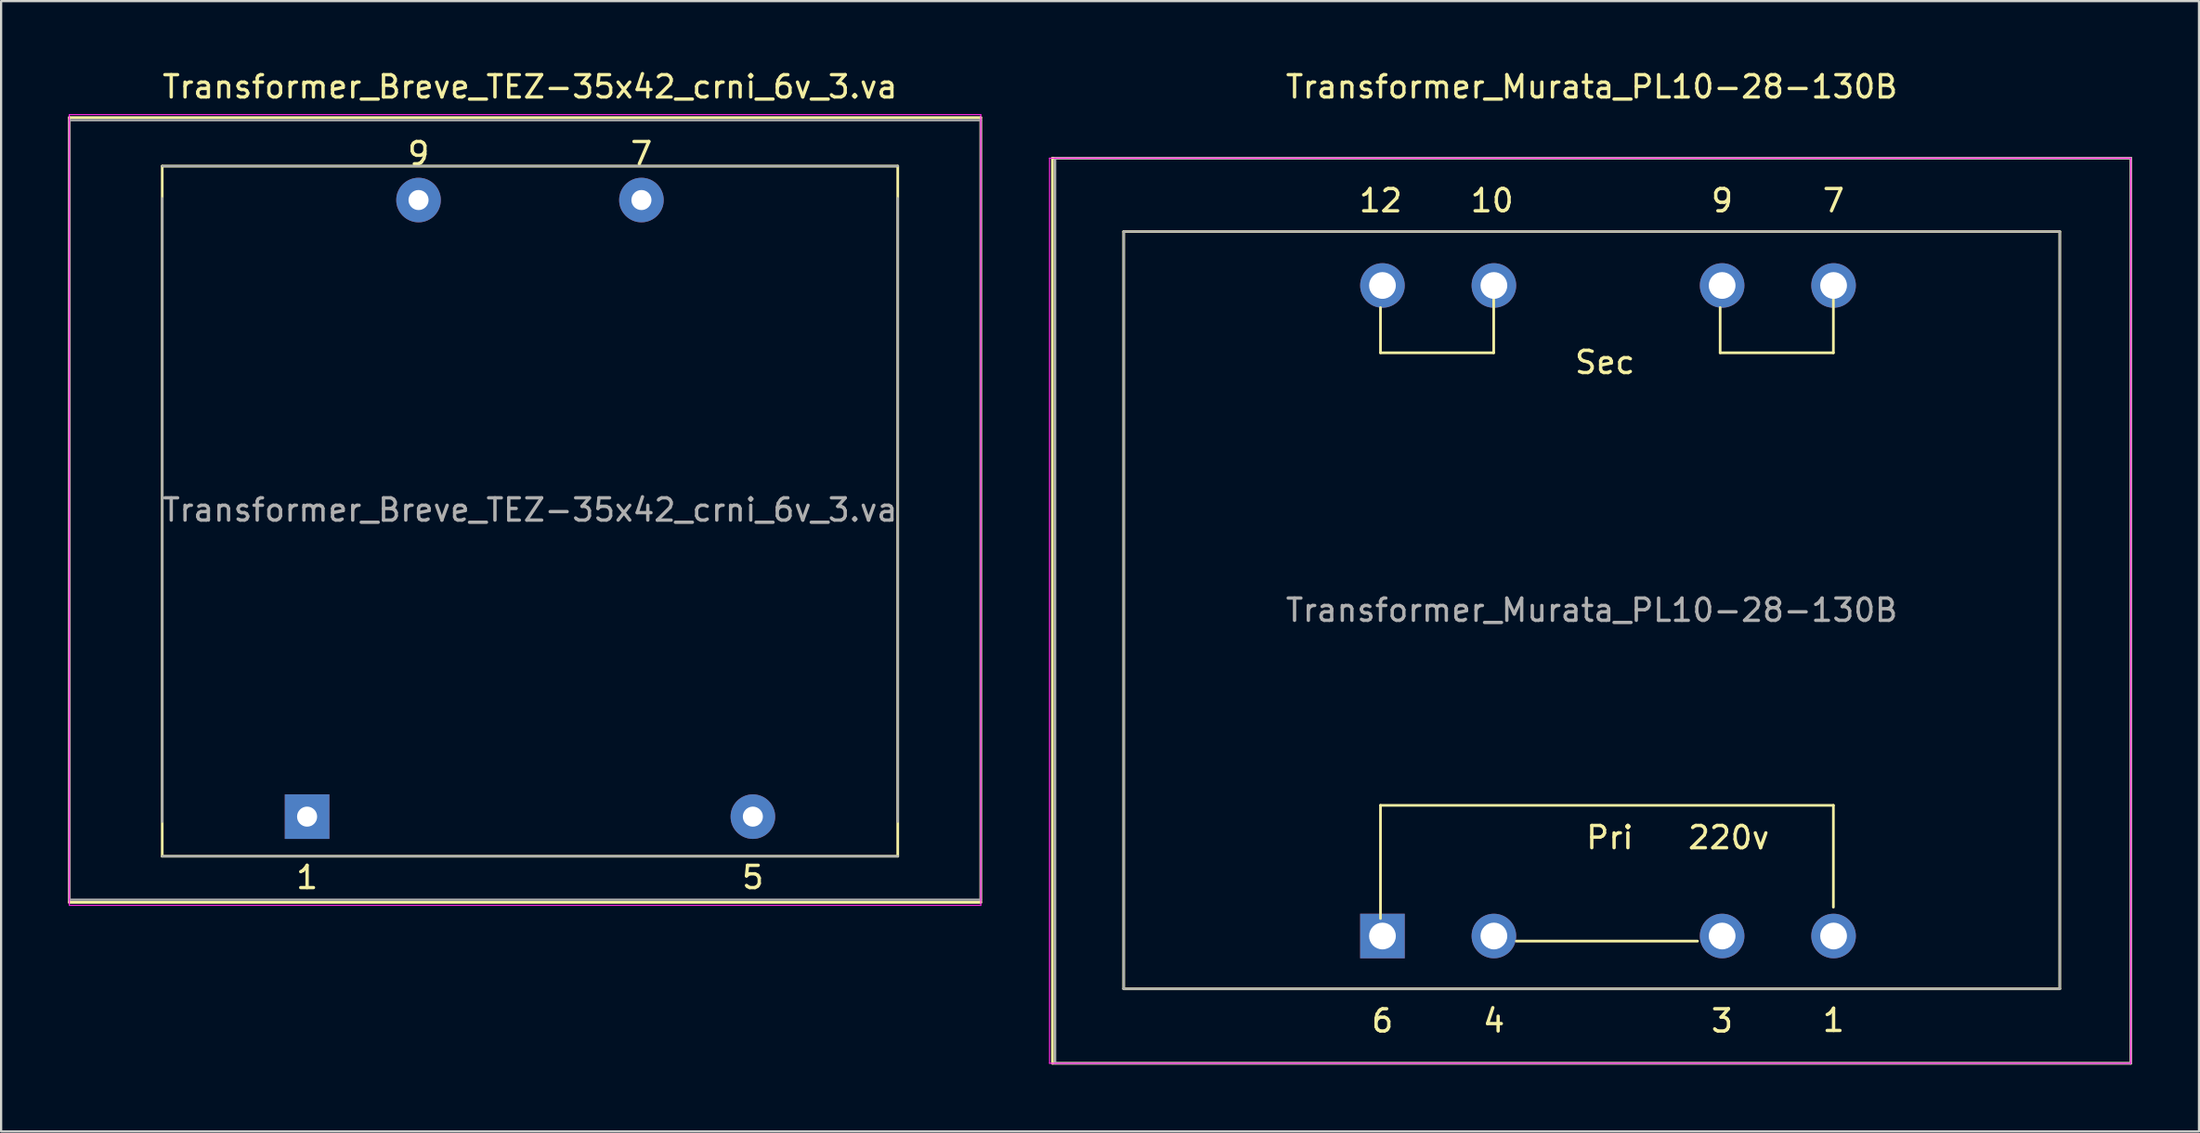
<source format=kicad_pcb>
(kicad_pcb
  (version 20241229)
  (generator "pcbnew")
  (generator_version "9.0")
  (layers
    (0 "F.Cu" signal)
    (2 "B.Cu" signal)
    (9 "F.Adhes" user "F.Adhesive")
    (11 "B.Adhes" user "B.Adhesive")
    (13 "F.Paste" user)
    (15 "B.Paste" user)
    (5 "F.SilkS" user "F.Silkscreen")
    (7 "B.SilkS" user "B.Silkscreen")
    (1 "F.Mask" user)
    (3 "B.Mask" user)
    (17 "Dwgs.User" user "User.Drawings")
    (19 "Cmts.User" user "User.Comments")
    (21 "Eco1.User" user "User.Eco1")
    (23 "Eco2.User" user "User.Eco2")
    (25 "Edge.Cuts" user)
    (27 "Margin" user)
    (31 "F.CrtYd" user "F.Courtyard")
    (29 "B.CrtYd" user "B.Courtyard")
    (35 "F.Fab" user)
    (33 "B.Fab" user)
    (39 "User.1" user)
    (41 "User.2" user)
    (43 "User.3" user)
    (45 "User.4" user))
  (footprint "Transformer_Murata_PL10-28-130B"
    (layer "F.Cu")
    (at 69.046 22.951)
    (property "Reference" "Transformer_Murata_PL10-28-130B" (at -0.682 -22.103 0) (layer "F.SilkS") (effects (font (size 1 1) (thickness 0.15))))
    (attr through_hole)
    (fp_line (start -24.877 -18.898) (end -24.877 21.742) (stroke (width 0.12) (type solid)) (layer "F.SilkS"))
    (fp_line (start -24.877 -18.898) (end 23.503 -18.898) (stroke (width 0.12) (type solid)) (layer "F.SilkS"))
    (fp_line (start -21.682 -15.603) (end 20.318 -15.603) (stroke (width 0.12) (type solid)) (layer "F.SilkS"))
    (fp_line (start -21.682 18.397) (end -21.682 -15.603) (stroke (width 0.12) (type solid)) (layer "F.SilkS"))
    (fp_line (start -10.16 -12.192) (end -10.16 -10.16) (stroke (width 0.12) (type default)) (layer "F.SilkS"))
    (fp_line (start -10.16 -10.16) (end -5.08 -10.16) (stroke (width 0.12) (type default)) (layer "F.SilkS"))
    (fp_line (start -10.16 10.16) (end 10.16 10.16) (stroke (width 0.12) (type default)) (layer "F.SilkS"))
    (fp_line (start -10.16 15.24) (end -10.16 10.16) (stroke (width 0.12) (type default)) (layer "F.SilkS"))
    (fp_line (start -5.08 -10.16) (end -5.08 -12.7) (stroke (width 0.12) (type default)) (layer "F.SilkS"))
    (fp_line (start -4.064 16.256) (end 4.064 16.256) (stroke (width 0.12) (type default)) (layer "F.SilkS"))
    (fp_line (start 5.08 -12.192) (end 5.08 -10.16) (stroke (width 0.12) (type default)) (layer "F.SilkS"))
    (fp_line (start 5.08 -10.16) (end 10.16 -10.16) (stroke (width 0.12) (type default)) (layer "F.SilkS"))
    (fp_line (start 10.16 -10.16) (end 10.16 -12.7) (stroke (width 0.12) (type default)) (layer "F.SilkS"))
    (fp_line (start 10.16 10.16) (end 10.16 14.732) (stroke (width 0.12) (type default)) (layer "F.SilkS"))
    (fp_line (start 20.318 -15.603) (end 20.318 18.397) (stroke (width 0.12) (type solid)) (layer "F.SilkS"))
    (fp_line (start 20.318 18.397) (end -21.682 18.397) (stroke (width 0.12) (type solid)) (layer "F.SilkS"))
    (fp_line (start 23.503 21.742) (end -24.877 21.742) (stroke (width 0.12) (type solid)) (layer "F.SilkS"))
    (fp_line (start 23.503 21.742) (end 23.503 -18.898) (stroke (width 0.12) (type solid)) (layer "F.SilkS"))
    (fp_line (start -25.007 -18.898) (end -25.007 21.742) (stroke (width 0.05) (type solid)) (layer "F.CrtYd"))
    (fp_line (start -25.007 -18.898) (end 23.503 -18.898) (stroke (width 0.05) (type solid)) (layer "F.CrtYd"))
    (fp_line (start 23.503 21.742) (end -25.007 21.742) (stroke (width 0.05) (type solid)) (layer "F.CrtYd"))
    (fp_line (start 23.503 21.742) (end 23.503 -18.898) (stroke (width 0.05) (type solid)) (layer "F.CrtYd"))
    (fp_line (start -24.757 -18.898) (end 23.503 -18.898) (stroke (width 0.1) (type solid)) (layer "F.Fab"))
    (fp_line (start -24.757 21.742) (end -24.757 -18.898) (stroke (width 0.1) (type solid)) (layer "F.Fab"))
    (fp_line (start -21.682 -15.603) (end 20.318 -15.603) (stroke (width 0.1) (type solid)) (layer "F.Fab"))
    (fp_line (start -21.682 18.397) (end -21.682 -15.603) (stroke (width 0.1) (type solid)) (layer "F.Fab"))
    (fp_line (start 20.318 -15.603) (end 20.318 18.397) (stroke (width 0.1) (type solid)) (layer "F.Fab"))
    (fp_line (start 20.318 18.397) (end -21.682 18.397) (stroke (width 0.1) (type solid)) (layer "F.Fab"))
    (fp_line (start 23.503 -18.898) (end 23.503 21.742) (stroke (width 0.1) (type solid)) (layer "F.Fab"))
    (fp_line (start 23.503 21.742) (end -24.757 21.742) (stroke (width 0.1) (type solid)) (layer "F.Fab"))
    (fp_text user "7" (at 10.168 -16.993 0) (layer "F.SilkS") (effects (font (size 1 1) (thickness 0.15))))
    (fp_text user "9" (at 5.168 -16.993 0) (layer "F.SilkS") (effects (font (size 1 1) (thickness 0.15))))
    (fp_text user "10" (at -5.152 -16.993 0) (layer "F.SilkS") (effects (font (size 1 1) (thickness 0.15))))
    (fp_text user "1" (at 10.168 19.812 0) (layer "F.SilkS") (effects (font (size 1 1) (thickness 0.15))))
    (fp_text user "Sec" (at -1.524 -9.144 0) (unlocked yes) (layer "F.SilkS") (effects (font (size 1 1) (thickness 0.15)) (justify left bottom)))
    (fp_text user "6" (at -10.072 19.837 0) (layer "F.SilkS") (effects (font (size 1 1) (thickness 0.15))))
    (fp_text user "220v" (at 3.556 12.192 0) (unlocked yes) (layer "F.SilkS") (effects (font (size 1 1) (thickness 0.15)) (justify left bottom)))
    (fp_text user "3" (at 5.168 19.837 0) (layer "F.SilkS") (effects (font (size 1 1) (thickness 0.15))))
    (fp_text user "12" (at -10.152 -16.993 0) (layer "F.SilkS") (effects (font (size 1 1) (thickness 0.15))))
    (fp_text user "Pri" (at -1.016 12.192 0) (unlocked yes) (layer "F.SilkS") (effects (font (size 1 1) (thickness 0.15)) (justify left bottom)))
    (fp_text user "4" (at -5.072 19.837 0) (layer "F.SilkS") (effects (font (size 1 1) (thickness 0.15))))
    (fp_text user "${REFERENCE}" (at -0.682 1.397 0) (layer "F.Fab") (effects (font (size 1 1) (thickness 0.15))))
    (pad "1" thru_hole circle (at 10.168 16.027) (size 2 2) (drill 1.2) (layers "*.Cu" "*.Mask"))
    (pad "3" thru_hole circle (at 5.168 16.027) (size 2 2) (drill 1.2) (layers "*.Cu" "*.Mask"))
    (pad "4" thru_hole circle (at -5.072 16.027) (size 2 2) (drill 1.2) (layers "*.Cu" "*.Mask"))
    (pad "6" thru_hole rect (at -10.072 16.027) (size 2 2) (drill 1.2) (layers "*.Cu" "*.Mask"))
    (pad "7" thru_hole circle (at 10.168 -13.183) (size 2 2) (drill 1.2) (layers "*.Cu" "*.Mask"))
    (pad "9" thru_hole circle (at 5.168 -13.183) (size 2 2) (drill 1.2) (layers "*.Cu" "*.Mask"))
    (pad "10" thru_hole circle (at -5.072 -13.183) (size 2 2) (drill 1.2) (layers "*.Cu" "*.Mask"))
    (pad "12" thru_hole circle (at -10.072 -13.183) (size 2 2) (drill 1.2) (layers "*.Cu" "*.Mask")))
  (footprint "Transformer_Breve_TEZ-35x42_crni_6v_3.va"
    (layer "F.Cu")
    (at 10.728 32.348)
    (property "Reference" "Transformer_Breve_TEZ-35x42_crni_6v_3.va" (at 10 -31.5 0) (layer "F.SilkS") (effects (font (size 1 1) (thickness 0.15))))
    (attr through_hole)
    (fp_line (start -10.668 -30.12) (end -10.668 5.12) (stroke (width 0.12) (type solid)) (layer "F.SilkS"))
    (fp_line (start -10.668 -30.12) (end 30.226 -30.12) (stroke (width 0.12) (type solid)) (layer "F.SilkS"))
    (fp_line (start -6.5 -27.94) (end 26.5 -27.94) (stroke (width 0.12) (type solid)) (layer "F.SilkS"))
    (fp_line (start -6.5 3.048) (end -6.5 -27.94) (stroke (width 0.12) (type solid)) (layer "F.SilkS"))
    (fp_line (start 26.5 -27.94) (end 26.5 3.048) (stroke (width 0.12) (type solid)) (layer "F.SilkS"))
    (fp_line (start 26.5 3.048) (end -6.5 3.048) (stroke (width 0.12) (type solid)) (layer "F.SilkS"))
    (fp_line (start 30.226 5.12) (end -10.668 5.12) (stroke (width 0.12) (type solid)) (layer "F.SilkS"))
    (fp_line (start 30.226 5.12) (end 30.226 -30.12) (stroke (width 0.12) (type solid)) (layer "F.SilkS"))
    (fp_line (start -10.668 -30.25) (end -10.668 5.25) (stroke (width 0.05) (type solid)) (layer "F.CrtYd"))
    (fp_line (start -10.668 -30.25) (end 30.226 -30.25) (stroke (width 0.05) (type solid)) (layer "F.CrtYd"))
    (fp_line (start 30.226 5.25) (end -10.668 5.25) (stroke (width 0.05) (type solid)) (layer "F.CrtYd"))
    (fp_line (start 30.226 5.25) (end 30.226 -30.25) (stroke (width 0.05) (type solid)) (layer "F.CrtYd"))
    (fp_line (start -10.668 -30) (end 30.226 -30) (stroke (width 0.1) (type solid)) (layer "F.Fab"))
    (fp_line (start -10.668 5) (end -10.668 -30) (stroke (width 0.1) (type solid)) (layer "F.Fab"))
    (fp_line (start -6.5 -26.5) (end -6.5 1.5) (stroke (width 0.1) (type solid)) (layer "F.Fab"))
    (fp_line (start -6.5 3.048) (end 26.5 3.048) (stroke (width 0.1) (type solid)) (layer "F.Fab"))
    (fp_line (start 26.5 -27.94) (end -6.5 -27.94) (stroke (width 0.1) (type solid)) (layer "F.Fab"))
    (fp_line (start 26.5 1.5) (end 26.5 -26.5) (stroke (width 0.1) (type solid)) (layer "F.Fab"))
    (fp_line (start 30.226 -30) (end 30.226 5) (stroke (width 0.1) (type solid)) (layer "F.Fab"))
    (fp_line (start 30.226 5) (end -10.668 5) (stroke (width 0.1) (type solid)) (layer "F.Fab"))
    (fp_text user "7" (at 15 -28.5 0) (layer "F.SilkS") (effects (font (size 1 1) (thickness 0.15))))
    (fp_text user "9" (at 5 -28.5 0) (layer "F.SilkS") (effects (font (size 1 1) (thickness 0.15))))
    (fp_text user "5" (at 20 4 0) (layer "F.SilkS") (effects (font (size 1 1) (thickness 0.15))))
    (fp_text user "1" (at 0 4 0) (layer "F.SilkS") (effects (font (size 1 1) (thickness 0.15))))
    (fp_text user "${REFERENCE}" (at 10 -12.5 0) (layer "F.Fab") (effects (font (size 1 1) (thickness 0.15))))
    (pad "1" thru_hole rect (at 0 1.27) (size 2 2) (drill 0.9) (layers "*.Cu" "*.Mask"))
    (pad "5" thru_hole circle (at 20 1.27) (size 2 2) (drill 0.9) (layers "*.Cu" "*.Mask"))
    (pad "7" thru_hole circle (at 15 -26.416) (size 2 2) (drill 0.9) (layers "*.Cu" "*.Mask"))
    (pad "9" thru_hole circle (at 5 -26.416) (size 2 2) (drill 0.9) (layers "*.Cu" "*.Mask")))
  (gr_rect
    (start -3 -3)
    (end 95.609 47.753)
    (stroke (width 0.1) (type default))
    (fill no)
    (layer "Edge.Cuts")))
</source>
